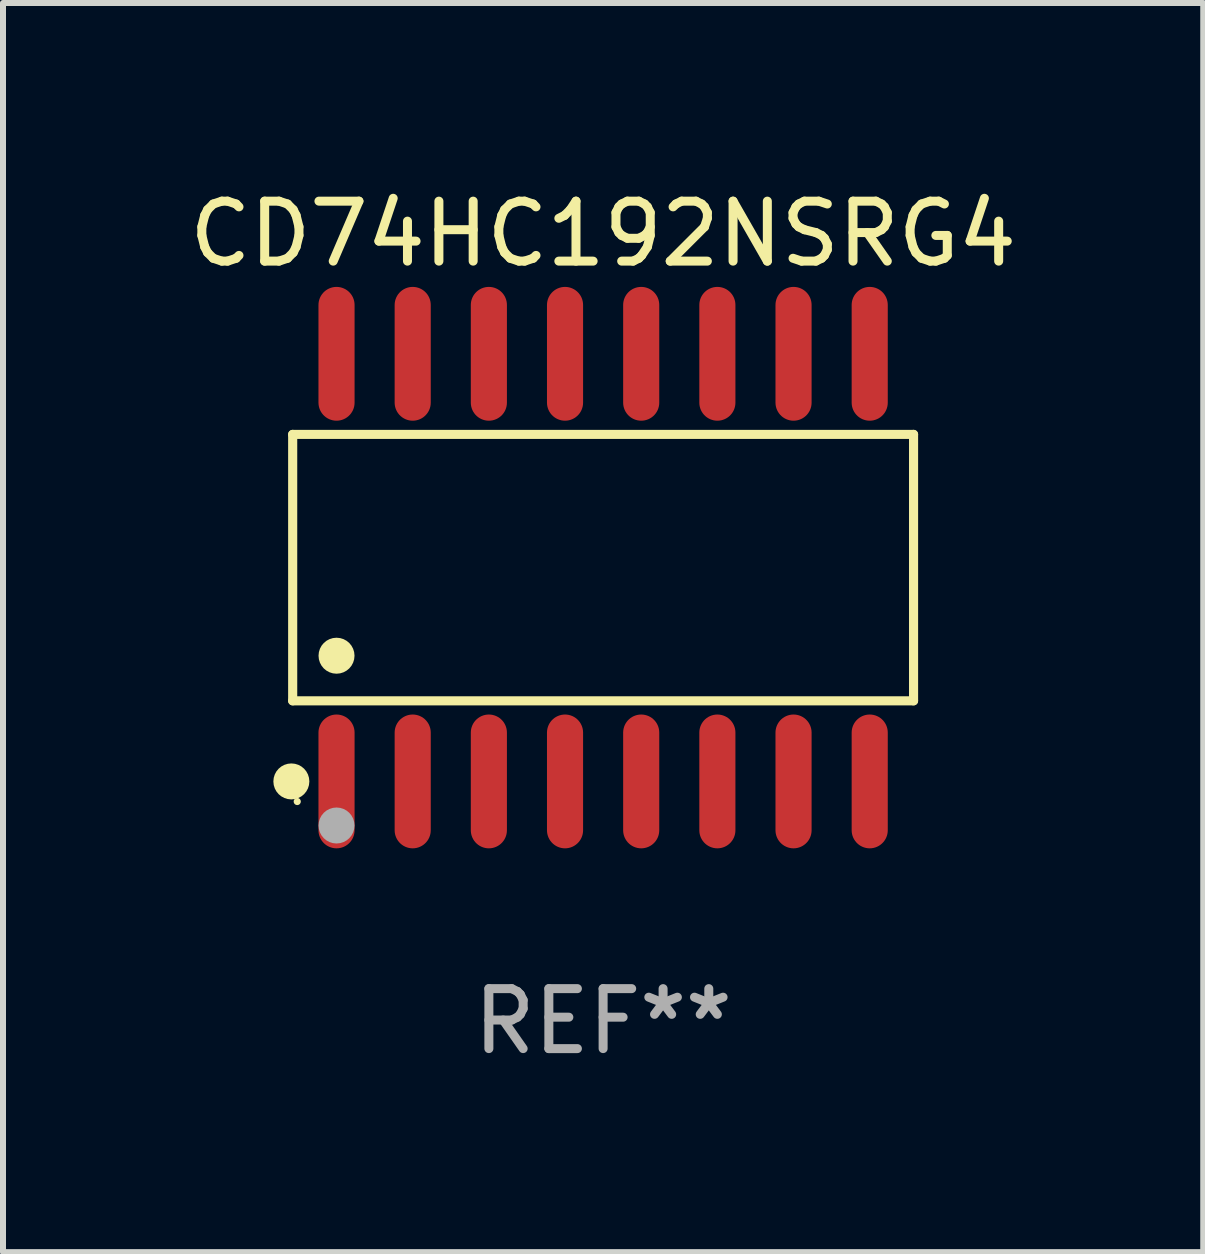
<source format=kicad_pcb>
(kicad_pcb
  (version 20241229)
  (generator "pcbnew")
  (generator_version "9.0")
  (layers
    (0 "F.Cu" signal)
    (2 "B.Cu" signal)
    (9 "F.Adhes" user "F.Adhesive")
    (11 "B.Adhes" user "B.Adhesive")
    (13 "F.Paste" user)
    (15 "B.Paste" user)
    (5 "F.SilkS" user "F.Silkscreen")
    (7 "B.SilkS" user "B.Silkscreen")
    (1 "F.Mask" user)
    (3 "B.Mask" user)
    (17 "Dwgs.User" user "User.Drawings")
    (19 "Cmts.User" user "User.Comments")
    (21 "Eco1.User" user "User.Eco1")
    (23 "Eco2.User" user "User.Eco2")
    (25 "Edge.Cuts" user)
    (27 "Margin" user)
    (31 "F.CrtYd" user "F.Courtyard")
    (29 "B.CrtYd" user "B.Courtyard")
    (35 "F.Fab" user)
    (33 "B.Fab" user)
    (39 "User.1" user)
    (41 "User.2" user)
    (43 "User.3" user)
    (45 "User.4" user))
  (footprint "CD74HC192NSRG4"
    (layer "F.Cu")
    (at 7.006 6.414)
    (property "Reference" "CD74HC192NSRG4" (at 0 -5.565 0) (layer "F.SilkS") (effects (font (size 1 1) (thickness 0.15))))
    (attr through_hole)
    (fp_line (start -5.176 -2.221) (end 5.176 -2.221) (stroke (width 0.152) (type solid)) (layer "F.SilkS"))
    (fp_line (start -5.176 2.221) (end -5.176 -2.221) (stroke (width 0.152) (type solid)) (layer "F.SilkS"))
    (fp_line (start 5.176 -2.221) (end 5.176 2.221) (stroke (width 0.152) (type solid)) (layer "F.SilkS"))
    (fp_line (start 5.176 2.221) (end -5.176 2.221) (stroke (width 0.152) (type solid)) (layer "F.SilkS"))
    (fp_circle (center -5.198 3.565) (end -5.048 3.565) (stroke (width 0.3) (type solid)) (fill no) (layer "F.SilkS"))
    (fp_circle (center -5.1 3.9) (end -5.07 3.9) (stroke (width 0.06) (type solid)) (fill no) (layer "F.SilkS"))
    (fp_circle (center -4.445 1.469) (end -4.295 1.469) (stroke (width 0.3) (type solid)) (fill no) (layer "F.SilkS"))
    (fp_circle (center -4.445 4.3) (end -4.295 4.3) (stroke (width 0.3) (type solid)) (fill no) (layer "F.Fab"))
    (fp_text user "REF**" (at 0 7.565 0) (layer "F.Fab") (effects (font (size 1 1) (thickness 0.15))))
    (pad "1" smd oval (at -4.445 3.565) (size 0.602 2.231) (layers "F.Cu" "F.Mask" "F.Paste"))
    (pad "2" smd oval (at -3.175 3.565) (size 0.602 2.231) (layers "F.Cu" "F.Mask" "F.Paste"))
    (pad "3" smd oval (at -1.905 3.565) (size 0.602 2.231) (layers "F.Cu" "F.Mask" "F.Paste"))
    (pad "4" smd oval (at -0.635 3.565) (size 0.602 2.231) (layers "F.Cu" "F.Mask" "F.Paste"))
    (pad "5" smd oval (at 0.635 3.565) (size 0.602 2.231) (layers "F.Cu" "F.Mask" "F.Paste"))
    (pad "6" smd oval (at 1.905 3.565) (size 0.602 2.231) (layers "F.Cu" "F.Mask" "F.Paste"))
    (pad "7" smd oval (at 3.175 3.565) (size 0.602 2.231) (layers "F.Cu" "F.Mask" "F.Paste"))
    (pad "8" smd oval (at 4.445 3.565) (size 0.602 2.231) (layers "F.Cu" "F.Mask" "F.Paste"))
    (pad "9" smd oval (at 4.445 -3.565) (size 0.602 2.231) (layers "F.Cu" "F.Mask" "F.Paste"))
    (pad "10" smd oval (at 3.175 -3.565) (size 0.602 2.231) (layers "F.Cu" "F.Mask" "F.Paste"))
    (pad "11" smd oval (at 1.905 -3.565) (size 0.602 2.231) (layers "F.Cu" "F.Mask" "F.Paste"))
    (pad "12" smd oval (at 0.635 -3.565) (size 0.602 2.231) (layers "F.Cu" "F.Mask" "F.Paste"))
    (pad "13" smd oval (at -0.635 -3.565) (size 0.602 2.231) (layers "F.Cu" "F.Mask" "F.Paste"))
    (pad "14" smd oval (at -1.905 -3.565) (size 0.602 2.231) (layers "F.Cu" "F.Mask" "F.Paste"))
    (pad "15" smd oval (at -3.175 -3.565) (size 0.602 2.231) (layers "F.Cu" "F.Mask" "F.Paste"))
    (pad "16" smd oval (at -4.445 -3.565) (size 0.602 2.231) (layers "F.Cu" "F.Mask" "F.Paste")))
  (gr_rect
    (start -3 -3)
    (end 17.012 17.827)
    (stroke (width 0.1) (type default))
    (fill no)
    (layer "Edge.Cuts")))
</source>
